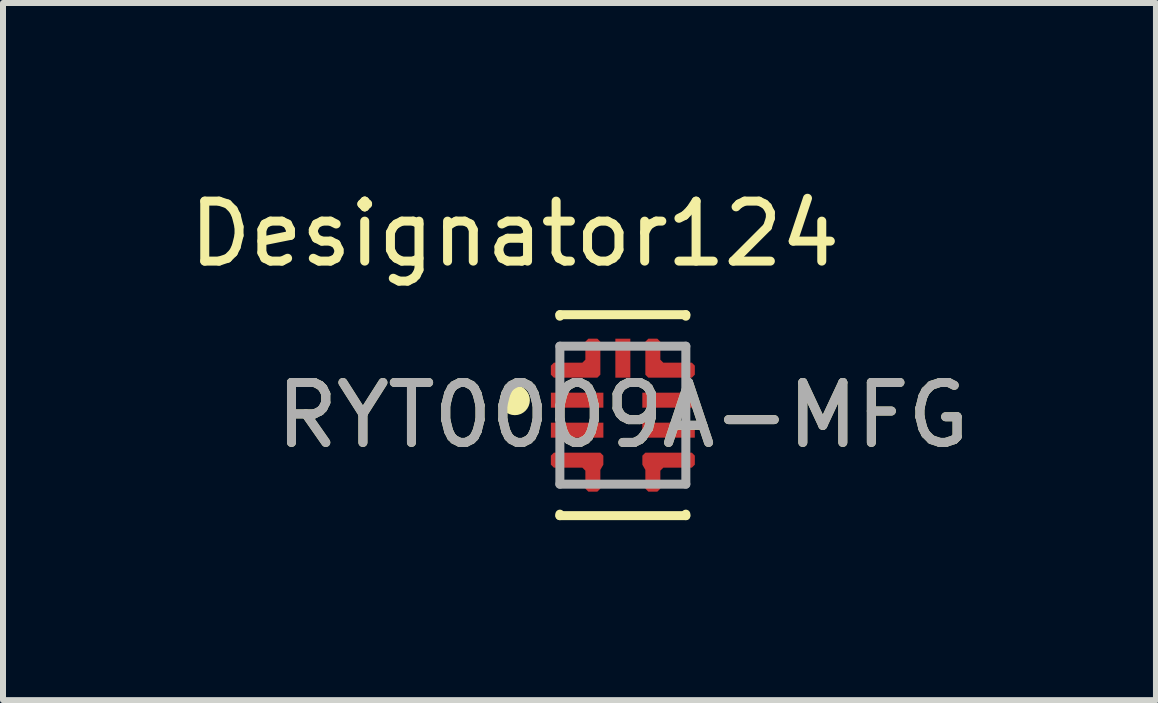
<source format=kicad_pcb>
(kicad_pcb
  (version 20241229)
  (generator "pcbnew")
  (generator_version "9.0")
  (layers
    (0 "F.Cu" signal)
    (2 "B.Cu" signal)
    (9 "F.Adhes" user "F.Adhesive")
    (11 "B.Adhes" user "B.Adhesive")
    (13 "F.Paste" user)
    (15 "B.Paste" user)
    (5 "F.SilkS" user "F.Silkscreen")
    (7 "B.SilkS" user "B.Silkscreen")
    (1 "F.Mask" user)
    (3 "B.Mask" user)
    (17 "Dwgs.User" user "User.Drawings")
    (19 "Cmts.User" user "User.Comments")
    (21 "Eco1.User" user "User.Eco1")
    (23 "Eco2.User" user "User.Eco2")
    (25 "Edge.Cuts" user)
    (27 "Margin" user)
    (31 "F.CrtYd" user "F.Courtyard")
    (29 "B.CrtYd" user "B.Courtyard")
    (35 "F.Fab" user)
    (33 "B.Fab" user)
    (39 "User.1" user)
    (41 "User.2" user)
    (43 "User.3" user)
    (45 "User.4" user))
  (footprint "RYT0009A-MFG"
    (layer "F.Cu")
    (at 7.333 3.871)
    (property "Reference" "RYT0009A-MFG" (at 0 0 0) (unlocked yes) (layer "F.SilkS") (effects (font (size 1 1) (thickness 0.15))))
    (attr smd)
    (fp_poly (pts (xy -1.2 -0.825) (xy -1.15 -0.875) (xy -0.675 -0.875) (xy -0.625 -0.925) (xy -0.625 -1.225) (xy -0.575 -1.275) (xy -0.425 -1.275) (xy -0.375 -1.225) (xy -0.375 -0.675) (xy -0.425 -0.625) (xy -1.15 -0.625) (xy -1.2 -0.675)) (stroke (width 0) (type solid)) (fill yes) (layer "F.Cu"))
    (fp_poly (pts (xy 1.2 -0.825) (xy 1.15 -0.875) (xy 0.675 -0.875) (xy 0.625 -0.925) (xy 0.625 -1.225) (xy 0.575 -1.275) (xy 0.425 -1.275) (xy 0.375 -1.225) (xy 0.375 -0.675) (xy 0.425 -0.625) (xy 1.15 -0.625) (xy 1.2 -0.675)) (stroke (width 0) (type solid)) (fill yes) (layer "F.Cu"))
    (fp_poly (pts (xy -1.2 0.825) (xy -1.15 0.875) (xy -0.675 0.875) (xy -0.625 0.925) (xy -0.625 1.225) (xy -0.575 1.275) (xy -0.425 1.275) (xy -0.375 1.225) (xy -0.375 0.912) (xy -0.35 0.868) (xy -0.325 0.825) (xy -0.325 0.675) (xy -0.375 0.625) (xy -1.15 0.625) (xy -1.2 0.675)) (stroke (width 0) (type solid)) (fill yes) (layer "F.Cu"))
    (fp_poly (pts (xy 1.2 0.825) (xy 1.15 0.875) (xy 0.675 0.875) (xy 0.625 0.925) (xy 0.625 1.225) (xy 0.575 1.275) (xy 0.425 1.275) (xy 0.375 1.225) (xy 0.375 0.912) (xy 0.35 0.868) (xy 0.325 0.825) (xy 0.325 0.675) (xy 0.375 0.625) (xy 1.15 0.625) (xy 1.2 0.675)) (stroke (width 0) (type solid)) (fill yes) (layer "F.Cu"))
    (fp_poly (pts (xy -1.2 -0.825) (xy -1.15 -0.875) (xy -0.675 -0.875) (xy -0.625 -0.925) (xy -0.625 -1.225) (xy -0.575 -1.275) (xy -0.425 -1.275) (xy -0.375 -1.225) (xy -0.375 -0.675) (xy -0.425 -0.625) (xy -1.15 -0.625) (xy -1.2 -0.675)) (stroke (width 0) (type solid)) (fill yes) (layer "F.Mask"))
    (fp_poly (pts (xy 1.2 -0.825) (xy 1.2 -0.675) (xy 1.15 -0.625) (xy 0.425 -0.625) (xy 0.375 -0.675) (xy 0.375 -1.225) (xy 0.425 -1.275) (xy 0.575 -1.275) (xy 0.625 -1.225) (xy 0.625 -0.925) (xy 0.675 -0.875) (xy 1.15 -0.875)) (stroke (width 0) (type solid)) (fill yes) (layer "F.Mask"))
    (fp_poly (pts (xy -1.2 0.825) (xy -1.2 0.675) (xy -1.15 0.625) (xy -0.375 0.625) (xy -0.325 0.675) (xy -0.325 0.825) (xy -0.35 0.868) (xy -0.375 0.912) (xy -0.375 1.225) (xy -0.425 1.275) (xy -0.575 1.275) (xy -0.625 1.225) (xy -0.625 0.925) (xy -0.675 0.875) (xy -1.15 0.875)) (stroke (width 0) (type solid)) (fill yes) (layer "F.Mask"))
    (fp_poly (pts (xy 1.2 0.825) (xy 1.15 0.875) (xy 0.675 0.875) (xy 0.625 0.925) (xy 0.625 1.225) (xy 0.575 1.275) (xy 0.425 1.275) (xy 0.375 1.225) (xy 0.375 0.912) (xy 0.35 0.868) (xy 0.325 0.825) (xy 0.325 0.675) (xy 0.375 0.625) (xy 1.15 0.625) (xy 1.2 0.675)) (stroke (width 0) (type solid)) (fill yes) (layer "F.Mask"))
    (fp_line (start -1.05 -1.675) (end 1.05 -1.675) (stroke (width 0.15) (type solid)) (layer "F.SilkS"))
    (fp_line (start -1.05 -1.65) (end -1.05 -1.675) (stroke (width 0.15) (type solid)) (layer "F.SilkS"))
    (fp_line (start -1.05 1.675) (end -1.05 1.65) (stroke (width 0.15) (type solid)) (layer "F.SilkS"))
    (fp_line (start -1.05 1.675) (end 1.05 1.675) (stroke (width 0.15) (type solid)) (layer "F.SilkS"))
    (fp_line (start 1.05 -1.65) (end 1.05 -1.675) (stroke (width 0.15) (type solid)) (layer "F.SilkS"))
    (fp_line (start 1.05 1.675) (end 1.05 1.65) (stroke (width 0.15) (type solid)) (layer "F.SilkS"))
    (fp_circle (center -1.8 -0.25) (end -1.675 -0.25) (stroke (width 0.25) (type solid)) (fill no) (layer "F.SilkS"))
    (fp_poly (pts (xy -1.2 -0.825) (xy -1.15 -0.875) (xy -0.675 -0.875) (xy -0.625 -0.925) (xy -0.625 -1.225) (xy -0.575 -1.275) (xy -0.425 -1.275) (xy -0.375 -1.225) (xy -0.375 -0.675) (xy -0.425 -0.625) (xy -1.15 -0.625) (xy -1.2 -0.675)) (stroke (width 0) (type solid)) (fill yes) (layer "F.Paste"))
    (fp_poly (pts (xy 1.2 -0.825) (xy 1.2 -0.675) (xy 1.15 -0.625) (xy 0.425 -0.625) (xy 0.375 -0.675) (xy 0.375 -1.225) (xy 0.425 -1.275) (xy 0.575 -1.275) (xy 0.625 -1.225) (xy 0.625 -0.925) (xy 0.675 -0.875) (xy 1.15 -0.875)) (stroke (width 0) (type solid)) (fill yes) (layer "F.Paste"))
    (fp_poly (pts (xy -1.2 0.825) (xy -1.2 0.675) (xy -1.15 0.625) (xy -0.375 0.625) (xy -0.325 0.675) (xy -0.325 0.825) (xy -0.35 0.868) (xy -0.375 0.912) (xy -0.375 1.225) (xy -0.425 1.275) (xy -0.575 1.275) (xy -0.625 1.225) (xy -0.625 0.925) (xy -0.675 0.875) (xy -1.15 0.875)) (stroke (width 0) (type solid)) (fill yes) (layer "F.Paste"))
    (fp_poly (pts (xy 1.2 0.825) (xy 1.15 0.875) (xy 0.675 0.875) (xy 0.625 0.925) (xy 0.625 1.225) (xy 0.575 1.275) (xy 0.425 1.275) (xy 0.375 1.225) (xy 0.375 0.912) (xy 0.35 0.868) (xy 0.325 0.825) (xy 0.325 0.675) (xy 0.375 0.625) (xy 1.15 0.625) (xy 1.2 0.675)) (stroke (width 0) (type solid)) (fill yes) (layer "F.Paste"))
    (fp_line (start -1.05 -1.15) (end 1.05 -1.15) (stroke (width 0.15) (type solid)) (layer "F.Fab"))
    (fp_line (start -1.05 1.15) (end -1.05 -1.15) (stroke (width 0.15) (type solid)) (layer "F.Fab"))
    (fp_line (start -1.05 1.15) (end 1.05 1.15) (stroke (width 0.15) (type solid)) (layer "F.Fab"))
    (fp_line (start 1.05 1.15) (end 1.05 -1.15) (stroke (width 0.15) (type solid)) (layer "F.Fab"))
    (fp_text user "Designator124" (at -1.803 -3.023 0) (unlocked yes) (layer "F.SilkS") (effects (font (size 1 1) (thickness 0.15))))
    (fp_text user "${REFERENCE}" (at 0 0 0) (unlocked yes) (layer "F.Fab") (effects (font (size 1 1) (thickness 0.15))))
    (pad "1" smd rect (at -0.762 -0.25) (size 0.875 0.25) (layers "F.Cu" "F.Mask" "F.Paste"))
    (pad "2" smd rect (at -0.762 0.25) (size 0.875 0.25) (layers "F.Cu" "F.Mask" "F.Paste"))
    (pad "3" smd circle (at -0.509 0.828) (size 0.242 0.242) (layers "F.Cu" "F.Mask" "F.Paste"))
    (pad "4" smd circle (at 0.487 0.787) (size 0.278 0.278) (layers "F.Cu" "F.Mask" "F.Paste"))
    (pad "5" smd rect (at 0.762 0.25) (size 0.875 0.25) (layers "F.Cu" "F.Mask" "F.Paste"))
    (pad "6" smd rect (at 0.762 -0.25) (size 0.875 0.25) (layers "F.Cu" "F.Mask" "F.Paste"))
    (pad "7" smd circle (at 0.537 -0.787) (size 0.242 0.242) (layers "F.Cu" "F.Mask" "F.Paste"))
    (pad "8" smd rect (at 0 -0.95) (size 0.25 0.65) (layers "F.Cu" "F.Mask" "F.Paste"))
    (pad "9" smd circle (at -0.509 -0.828) (size 0.242 0.242) (layers "F.Cu" "F.Mask" "F.Paste")))
  (gr_rect
    (start -3 -3)
    (end 16.22 8.621)
    (stroke (width 0.1) (type default))
    (fill no)
    (layer "Edge.Cuts")))
</source>
